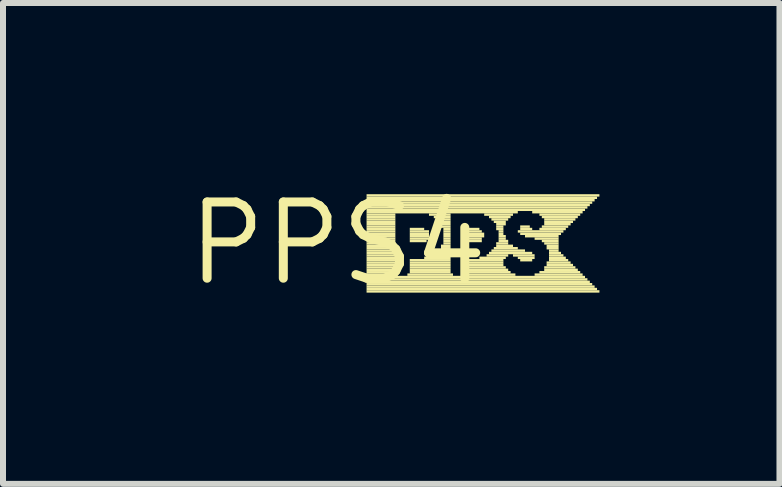
<source format=kicad_pcb>
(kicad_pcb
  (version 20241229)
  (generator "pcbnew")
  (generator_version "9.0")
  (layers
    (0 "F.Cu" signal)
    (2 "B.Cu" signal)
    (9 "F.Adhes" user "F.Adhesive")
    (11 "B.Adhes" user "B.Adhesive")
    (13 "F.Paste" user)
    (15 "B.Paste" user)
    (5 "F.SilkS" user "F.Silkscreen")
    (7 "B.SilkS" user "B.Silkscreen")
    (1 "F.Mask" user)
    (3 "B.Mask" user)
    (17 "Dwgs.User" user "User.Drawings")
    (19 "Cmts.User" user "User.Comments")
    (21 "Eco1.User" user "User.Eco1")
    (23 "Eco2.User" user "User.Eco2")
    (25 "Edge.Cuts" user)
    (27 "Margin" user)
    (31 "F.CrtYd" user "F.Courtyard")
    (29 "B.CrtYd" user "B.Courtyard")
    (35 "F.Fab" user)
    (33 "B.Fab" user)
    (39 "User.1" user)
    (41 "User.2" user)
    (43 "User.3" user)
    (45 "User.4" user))
  (footprint "PPS4"
    (layer "F.Cu")
    (at 2.578 1.006)
    (property "Reference" "PPS4" (at 0 0 0) (layer "F.SilkS") (effects (font (size 1.27 1.27) (thickness 0.15))))
    (attr through_hole)
    (fp_poly (pts (xy 0.48 -0.78) (xy 4.36 -0.78) (xy 4.36 -0.82) (xy 0.48 -0.82)) (stroke (width 0) (type solid)) (fill yes) (layer "F.SilkS"))
    (fp_poly (pts (xy 0.48 -0.74) (xy 4.32 -0.74) (xy 4.32 -0.78) (xy 0.48 -0.78)) (stroke (width 0) (type solid)) (fill yes) (layer "F.SilkS"))
    (fp_poly (pts (xy 0.48 -0.7) (xy 4.28 -0.7) (xy 4.28 -0.74) (xy 0.48 -0.74)) (stroke (width 0) (type solid)) (fill yes) (layer "F.SilkS"))
    (fp_poly (pts (xy 0.48 -0.66) (xy 4.24 -0.66) (xy 4.24 -0.7) (xy 0.48 -0.7)) (stroke (width 0) (type solid)) (fill yes) (layer "F.SilkS"))
    (fp_poly (pts (xy 0.48 -0.62) (xy 4.2 -0.62) (xy 4.2 -0.66) (xy 0.48 -0.66)) (stroke (width 0) (type solid)) (fill yes) (layer "F.SilkS"))
    (fp_poly (pts (xy 0.48 -0.58) (xy 4.16 -0.58) (xy 4.16 -0.62) (xy 0.48 -0.62)) (stroke (width 0) (type solid)) (fill yes) (layer "F.SilkS"))
    (fp_poly (pts (xy 0.48 -0.54) (xy 4.12 -0.54) (xy 4.12 -0.58) (xy 0.48 -0.58)) (stroke (width 0) (type solid)) (fill yes) (layer "F.SilkS"))
    (fp_poly (pts (xy 0.48 -0.5) (xy 3 -0.5) (xy 3 -0.54) (xy 0.48 -0.54)) (stroke (width 0) (type solid)) (fill yes) (layer "F.SilkS"))
    (fp_poly (pts (xy 0.48 -0.46) (xy 0.96 -0.46) (xy 0.96 -0.5) (xy 0.48 -0.5)) (stroke (width 0) (type solid)) (fill yes) (layer "F.SilkS"))
    (fp_poly (pts (xy 0.48 -0.42) (xy 0.96 -0.42) (xy 0.96 -0.46) (xy 0.48 -0.46)) (stroke (width 0) (type solid)) (fill yes) (layer "F.SilkS"))
    (fp_poly (pts (xy 0.48 -0.38) (xy 0.96 -0.38) (xy 0.96 -0.42) (xy 0.48 -0.42)) (stroke (width 0) (type solid)) (fill yes) (layer "F.SilkS"))
    (fp_poly (pts (xy 0.48 -0.34) (xy 0.96 -0.34) (xy 0.96 -0.38) (xy 0.48 -0.38)) (stroke (width 0) (type solid)) (fill yes) (layer "F.SilkS"))
    (fp_poly (pts (xy 0.48 -0.3) (xy 0.96 -0.3) (xy 0.96 -0.34) (xy 0.48 -0.34)) (stroke (width 0) (type solid)) (fill yes) (layer "F.SilkS"))
    (fp_poly (pts (xy 0.48 -0.26) (xy 0.96 -0.26) (xy 0.96 -0.3) (xy 0.48 -0.3)) (stroke (width 0) (type solid)) (fill yes) (layer "F.SilkS"))
    (fp_poly (pts (xy 0.48 -0.22) (xy 0.96 -0.22) (xy 0.96 -0.26) (xy 0.48 -0.26)) (stroke (width 0) (type solid)) (fill yes) (layer "F.SilkS"))
    (fp_poly (pts (xy 0.48 -0.18) (xy 0.96 -0.18) (xy 0.96 -0.22) (xy 0.48 -0.22)) (stroke (width 0) (type solid)) (fill yes) (layer "F.SilkS"))
    (fp_poly (pts (xy 0.48 -0.14) (xy 0.96 -0.14) (xy 0.96 -0.18) (xy 0.48 -0.18)) (stroke (width 0) (type solid)) (fill yes) (layer "F.SilkS"))
    (fp_poly (pts (xy 0.48 -0.1) (xy 0.96 -0.1) (xy 0.96 -0.14) (xy 0.48 -0.14)) (stroke (width 0) (type solid)) (fill yes) (layer "F.SilkS"))
    (fp_poly (pts (xy 0.48 -0.06) (xy 0.96 -0.06) (xy 0.96 -0.1) (xy 0.48 -0.1)) (stroke (width 0) (type solid)) (fill yes) (layer "F.SilkS"))
    (fp_poly (pts (xy 0.48 -0.02) (xy 0.96 -0.02) (xy 0.96 -0.06) (xy 0.48 -0.06)) (stroke (width 0) (type solid)) (fill yes) (layer "F.SilkS"))
    (fp_poly (pts (xy 0.48 0.02) (xy 0.96 0.02) (xy 0.96 -0.02) (xy 0.48 -0.02)) (stroke (width 0) (type solid)) (fill yes) (layer "F.SilkS"))
    (fp_poly (pts (xy 0.48 0.06) (xy 0.96 0.06) (xy 0.96 0.02) (xy 0.48 0.02)) (stroke (width 0) (type solid)) (fill yes) (layer "F.SilkS"))
    (fp_poly (pts (xy 0.48 0.1) (xy 0.96 0.1) (xy 0.96 0.06) (xy 0.48 0.06)) (stroke (width 0) (type solid)) (fill yes) (layer "F.SilkS"))
    (fp_poly (pts (xy 0.48 0.14) (xy 0.96 0.14) (xy 0.96 0.1) (xy 0.48 0.1)) (stroke (width 0) (type solid)) (fill yes) (layer "F.SilkS"))
    (fp_poly (pts (xy 0.48 0.18) (xy 0.96 0.18) (xy 0.96 0.14) (xy 0.48 0.14)) (stroke (width 0) (type solid)) (fill yes) (layer "F.SilkS"))
    (fp_poly (pts (xy 0.48 0.22) (xy 0.96 0.22) (xy 0.96 0.18) (xy 0.48 0.18)) (stroke (width 0) (type solid)) (fill yes) (layer "F.SilkS"))
    (fp_poly (pts (xy 0.48 0.26) (xy 0.96 0.26) (xy 0.96 0.22) (xy 0.48 0.22)) (stroke (width 0) (type solid)) (fill yes) (layer "F.SilkS"))
    (fp_poly (pts (xy 0.48 0.3) (xy 0.96 0.3) (xy 0.96 0.26) (xy 0.48 0.26)) (stroke (width 0) (type solid)) (fill yes) (layer "F.SilkS"))
    (fp_poly (pts (xy 0.48 0.34) (xy 0.96 0.34) (xy 0.96 0.3) (xy 0.48 0.3)) (stroke (width 0) (type solid)) (fill yes) (layer "F.SilkS"))
    (fp_poly (pts (xy 0.48 0.38) (xy 0.96 0.38) (xy 0.96 0.34) (xy 0.48 0.34)) (stroke (width 0) (type solid)) (fill yes) (layer "F.SilkS"))
    (fp_poly (pts (xy 0.48 0.42) (xy 0.96 0.42) (xy 0.96 0.38) (xy 0.48 0.38)) (stroke (width 0) (type solid)) (fill yes) (layer "F.SilkS"))
    (fp_poly (pts (xy 0.48 0.46) (xy 0.96 0.46) (xy 0.96 0.42) (xy 0.48 0.42)) (stroke (width 0) (type solid)) (fill yes) (layer "F.SilkS"))
    (fp_poly (pts (xy 0.48 0.5) (xy 0.96 0.5) (xy 0.96 0.46) (xy 0.48 0.46)) (stroke (width 0) (type solid)) (fill yes) (layer "F.SilkS"))
    (fp_poly (pts (xy 0.48 0.54) (xy 1 0.54) (xy 1 0.5) (xy 0.48 0.5)) (stroke (width 0) (type solid)) (fill yes) (layer "F.SilkS"))
    (fp_poly (pts (xy 0.48 0.58) (xy 4.12 0.58) (xy 4.12 0.54) (xy 0.48 0.54)) (stroke (width 0) (type solid)) (fill yes) (layer "F.SilkS"))
    (fp_poly (pts (xy 0.48 0.62) (xy 4.16 0.62) (xy 4.16 0.58) (xy 0.48 0.58)) (stroke (width 0) (type solid)) (fill yes) (layer "F.SilkS"))
    (fp_poly (pts (xy 0.48 0.66) (xy 4.2 0.66) (xy 4.2 0.62) (xy 0.48 0.62)) (stroke (width 0) (type solid)) (fill yes) (layer "F.SilkS"))
    (fp_poly (pts (xy 0.48 0.7) (xy 4.24 0.7) (xy 4.24 0.66) (xy 0.48 0.66)) (stroke (width 0) (type solid)) (fill yes) (layer "F.SilkS"))
    (fp_poly (pts (xy 0.48 0.74) (xy 4.28 0.74) (xy 4.28 0.7) (xy 0.48 0.7)) (stroke (width 0) (type solid)) (fill yes) (layer "F.SilkS"))
    (fp_poly (pts (xy 0.48 0.78) (xy 4.32 0.78) (xy 4.32 0.74) (xy 0.48 0.74)) (stroke (width 0) (type solid)) (fill yes) (layer "F.SilkS"))
    (fp_poly (pts (xy 0.48 0.82) (xy 4.36 0.82) (xy 4.36 0.78) (xy 0.48 0.78)) (stroke (width 0) (type solid)) (fill yes) (layer "F.SilkS"))
    (fp_poly (pts (xy 1.16 0.54) (xy 1.92 0.54) (xy 1.92 0.5) (xy 1.16 0.5)) (stroke (width 0) (type solid)) (fill yes) (layer "F.SilkS"))
    (fp_poly (pts (xy 1.2 -0.22) (xy 1.44 -0.22) (xy 1.44 -0.26) (xy 1.2 -0.26)) (stroke (width 0) (type solid)) (fill yes) (layer "F.SilkS"))
    (fp_poly (pts (xy 1.2 -0.18) (xy 1.52 -0.18) (xy 1.52 -0.22) (xy 1.2 -0.22)) (stroke (width 0) (type solid)) (fill yes) (layer "F.SilkS"))
    (fp_poly (pts (xy 1.2 -0.14) (xy 1.52 -0.14) (xy 1.52 -0.18) (xy 1.2 -0.18)) (stroke (width 0) (type solid)) (fill yes) (layer "F.SilkS"))
    (fp_poly (pts (xy 1.2 -0.1) (xy 1.52 -0.1) (xy 1.52 -0.14) (xy 1.2 -0.14)) (stroke (width 0) (type solid)) (fill yes) (layer "F.SilkS"))
    (fp_poly (pts (xy 1.2 -0.06) (xy 1.52 -0.06) (xy 1.52 -0.1) (xy 1.2 -0.1)) (stroke (width 0) (type solid)) (fill yes) (layer "F.SilkS"))
    (fp_poly (pts (xy 1.2 -0.02) (xy 1.48 -0.02) (xy 1.48 -0.06) (xy 1.2 -0.06)) (stroke (width 0) (type solid)) (fill yes) (layer "F.SilkS"))
    (fp_poly (pts (xy 1.2 0.3) (xy 1.88 0.3) (xy 1.88 0.26) (xy 1.2 0.26)) (stroke (width 0) (type solid)) (fill yes) (layer "F.SilkS"))
    (fp_poly (pts (xy 1.2 0.34) (xy 1.88 0.34) (xy 1.88 0.3) (xy 1.2 0.3)) (stroke (width 0) (type solid)) (fill yes) (layer "F.SilkS"))
    (fp_poly (pts (xy 1.2 0.38) (xy 1.88 0.38) (xy 1.88 0.34) (xy 1.2 0.34)) (stroke (width 0) (type solid)) (fill yes) (layer "F.SilkS"))
    (fp_poly (pts (xy 1.2 0.42) (xy 1.88 0.42) (xy 1.88 0.38) (xy 1.2 0.38)) (stroke (width 0) (type solid)) (fill yes) (layer "F.SilkS"))
    (fp_poly (pts (xy 1.2 0.46) (xy 1.88 0.46) (xy 1.88 0.42) (xy 1.2 0.42)) (stroke (width 0) (type solid)) (fill yes) (layer "F.SilkS"))
    (fp_poly (pts (xy 1.2 0.5) (xy 1.88 0.5) (xy 1.88 0.46) (xy 1.2 0.46)) (stroke (width 0) (type solid)) (fill yes) (layer "F.SilkS"))
    (fp_poly (pts (xy 1.44 0.26) (xy 1.88 0.26) (xy 1.88 0.22) (xy 1.44 0.22)) (stroke (width 0) (type solid)) (fill yes) (layer "F.SilkS"))
    (fp_poly (pts (xy 1.52 -0.46) (xy 1.88 -0.46) (xy 1.88 -0.5) (xy 1.52 -0.5)) (stroke (width 0) (type solid)) (fill yes) (layer "F.SilkS"))
    (fp_poly (pts (xy 1.56 0.22) (xy 1.88 0.22) (xy 1.88 0.18) (xy 1.56 0.18)) (stroke (width 0) (type solid)) (fill yes) (layer "F.SilkS"))
    (fp_poly (pts (xy 1.6 -0.42) (xy 1.88 -0.42) (xy 1.88 -0.46) (xy 1.6 -0.46)) (stroke (width 0) (type solid)) (fill yes) (layer "F.SilkS"))
    (fp_poly (pts (xy 1.64 -0.38) (xy 1.88 -0.38) (xy 1.88 -0.42) (xy 1.64 -0.42)) (stroke (width 0) (type solid)) (fill yes) (layer "F.SilkS"))
    (fp_poly (pts (xy 1.64 0.18) (xy 1.88 0.18) (xy 1.88 0.14) (xy 1.64 0.14)) (stroke (width 0) (type solid)) (fill yes) (layer "F.SilkS"))
    (fp_poly (pts (xy 1.68 -0.34) (xy 1.88 -0.34) (xy 1.88 -0.38) (xy 1.68 -0.38)) (stroke (width 0) (type solid)) (fill yes) (layer "F.SilkS"))
    (fp_poly (pts (xy 1.68 0.14) (xy 1.88 0.14) (xy 1.88 0.1) (xy 1.68 0.1)) (stroke (width 0) (type solid)) (fill yes) (layer "F.SilkS"))
    (fp_poly (pts (xy 1.72 -0.3) (xy 1.88 -0.3) (xy 1.88 -0.34) (xy 1.72 -0.34)) (stroke (width 0) (type solid)) (fill yes) (layer "F.SilkS"))
    (fp_poly (pts (xy 1.72 -0.26) (xy 1.88 -0.26) (xy 1.88 -0.3) (xy 1.72 -0.3)) (stroke (width 0) (type solid)) (fill yes) (layer "F.SilkS"))
    (fp_poly (pts (xy 1.72 0.06) (xy 1.88 0.06) (xy 1.88 0.02) (xy 1.72 0.02)) (stroke (width 0) (type solid)) (fill yes) (layer "F.SilkS"))
    (fp_poly (pts (xy 1.72 0.1) (xy 1.88 0.1) (xy 1.88 0.06) (xy 1.72 0.06)) (stroke (width 0) (type solid)) (fill yes) (layer "F.SilkS"))
    (fp_poly (pts (xy 1.76 -0.22) (xy 1.88 -0.22) (xy 1.88 -0.26) (xy 1.76 -0.26)) (stroke (width 0) (type solid)) (fill yes) (layer "F.SilkS"))
    (fp_poly (pts (xy 1.76 -0.18) (xy 1.88 -0.18) (xy 1.88 -0.22) (xy 1.76 -0.22)) (stroke (width 0) (type solid)) (fill yes) (layer "F.SilkS"))
    (fp_poly (pts (xy 1.76 -0.14) (xy 1.88 -0.14) (xy 1.88 -0.18) (xy 1.76 -0.18)) (stroke (width 0) (type solid)) (fill yes) (layer "F.SilkS"))
    (fp_poly (pts (xy 1.76 -0.1) (xy 1.88 -0.1) (xy 1.88 -0.14) (xy 1.76 -0.14)) (stroke (width 0) (type solid)) (fill yes) (layer "F.SilkS"))
    (fp_poly (pts (xy 1.76 -0.06) (xy 1.88 -0.06) (xy 1.88 -0.1) (xy 1.76 -0.1)) (stroke (width 0) (type solid)) (fill yes) (layer "F.SilkS"))
    (fp_poly (pts (xy 1.76 -0.02) (xy 1.88 -0.02) (xy 1.88 -0.06) (xy 1.76 -0.06)) (stroke (width 0) (type solid)) (fill yes) (layer "F.SilkS"))
    (fp_poly (pts (xy 1.76 0.02) (xy 1.88 0.02) (xy 1.88 -0.02) (xy 1.76 -0.02)) (stroke (width 0) (type solid)) (fill yes) (layer "F.SilkS"))
    (fp_poly (pts (xy 2.08 0.54) (xy 2.96 0.54) (xy 2.96 0.5) (xy 2.08 0.5)) (stroke (width 0) (type solid)) (fill yes) (layer "F.SilkS"))
    (fp_poly (pts (xy 2.12 -0.22) (xy 2.36 -0.22) (xy 2.36 -0.26) (xy 2.12 -0.26)) (stroke (width 0) (type solid)) (fill yes) (layer "F.SilkS"))
    (fp_poly (pts (xy 2.12 -0.18) (xy 2.4 -0.18) (xy 2.4 -0.22) (xy 2.12 -0.22)) (stroke (width 0) (type solid)) (fill yes) (layer "F.SilkS"))
    (fp_poly (pts (xy 2.12 -0.14) (xy 2.44 -0.14) (xy 2.44 -0.18) (xy 2.12 -0.18)) (stroke (width 0) (type solid)) (fill yes) (layer "F.SilkS"))
    (fp_poly (pts (xy 2.12 -0.1) (xy 2.44 -0.1) (xy 2.44 -0.14) (xy 2.12 -0.14)) (stroke (width 0) (type solid)) (fill yes) (layer "F.SilkS"))
    (fp_poly (pts (xy 2.12 -0.06) (xy 2.4 -0.06) (xy 2.4 -0.1) (xy 2.12 -0.1)) (stroke (width 0) (type solid)) (fill yes) (layer "F.SilkS"))
    (fp_poly (pts (xy 2.12 -0.02) (xy 2.4 -0.02) (xy 2.4 -0.06) (xy 2.12 -0.06)) (stroke (width 0) (type solid)) (fill yes) (layer "F.SilkS"))
    (fp_poly (pts (xy 2.12 0.3) (xy 2.76 0.3) (xy 2.76 0.26) (xy 2.12 0.26)) (stroke (width 0) (type solid)) (fill yes) (layer "F.SilkS"))
    (fp_poly (pts (xy 2.12 0.34) (xy 2.76 0.34) (xy 2.76 0.3) (xy 2.12 0.3)) (stroke (width 0) (type solid)) (fill yes) (layer "F.SilkS"))
    (fp_poly (pts (xy 2.12 0.38) (xy 2.76 0.38) (xy 2.76 0.34) (xy 2.12 0.34)) (stroke (width 0) (type solid)) (fill yes) (layer "F.SilkS"))
    (fp_poly (pts (xy 2.12 0.42) (xy 2.8 0.42) (xy 2.8 0.38) (xy 2.12 0.38)) (stroke (width 0) (type solid)) (fill yes) (layer "F.SilkS"))
    (fp_poly (pts (xy 2.12 0.46) (xy 2.84 0.46) (xy 2.84 0.42) (xy 2.12 0.42)) (stroke (width 0) (type solid)) (fill yes) (layer "F.SilkS"))
    (fp_poly (pts (xy 2.12 0.5) (xy 2.88 0.5) (xy 2.88 0.46) (xy 2.12 0.46)) (stroke (width 0) (type solid)) (fill yes) (layer "F.SilkS"))
    (fp_poly (pts (xy 2.36 0.26) (xy 2.8 0.26) (xy 2.8 0.22) (xy 2.36 0.22)) (stroke (width 0) (type solid)) (fill yes) (layer "F.SilkS"))
    (fp_poly (pts (xy 2.44 -0.46) (xy 2.92 -0.46) (xy 2.92 -0.5) (xy 2.44 -0.5)) (stroke (width 0) (type solid)) (fill yes) (layer "F.SilkS"))
    (fp_poly (pts (xy 2.48 0.22) (xy 2.84 0.22) (xy 2.84 0.18) (xy 2.48 0.18)) (stroke (width 0) (type solid)) (fill yes) (layer "F.SilkS"))
    (fp_poly (pts (xy 2.52 -0.42) (xy 2.88 -0.42) (xy 2.88 -0.46) (xy 2.52 -0.46)) (stroke (width 0) (type solid)) (fill yes) (layer "F.SilkS"))
    (fp_poly (pts (xy 2.52 0.18) (xy 3.24 0.18) (xy 3.24 0.14) (xy 2.52 0.14)) (stroke (width 0) (type solid)) (fill yes) (layer "F.SilkS"))
    (fp_poly (pts (xy 2.56 -0.38) (xy 2.84 -0.38) (xy 2.84 -0.42) (xy 2.56 -0.42)) (stroke (width 0) (type solid)) (fill yes) (layer "F.SilkS"))
    (fp_poly (pts (xy 2.56 0.14) (xy 3.12 0.14) (xy 3.12 0.1) (xy 2.56 0.1)) (stroke (width 0) (type solid)) (fill yes) (layer "F.SilkS"))
    (fp_poly (pts (xy 2.6 -0.34) (xy 2.8 -0.34) (xy 2.8 -0.38) (xy 2.6 -0.38)) (stroke (width 0) (type solid)) (fill yes) (layer "F.SilkS"))
    (fp_poly (pts (xy 2.6 0.1) (xy 3 0.1) (xy 3 0.06) (xy 2.6 0.06)) (stroke (width 0) (type solid)) (fill yes) (layer "F.SilkS"))
    (fp_poly (pts (xy 2.64 -0.3) (xy 2.8 -0.3) (xy 2.8 -0.34) (xy 2.64 -0.34)) (stroke (width 0) (type solid)) (fill yes) (layer "F.SilkS"))
    (fp_poly (pts (xy 2.64 -0.26) (xy 2.76 -0.26) (xy 2.76 -0.3) (xy 2.64 -0.3)) (stroke (width 0) (type solid)) (fill yes) (layer "F.SilkS"))
    (fp_poly (pts (xy 2.64 -0.22) (xy 2.76 -0.22) (xy 2.76 -0.26) (xy 2.64 -0.26)) (stroke (width 0) (type solid)) (fill yes) (layer "F.SilkS"))
    (fp_poly (pts (xy 2.64 0.02) (xy 2.84 0.02) (xy 2.84 -0.02) (xy 2.64 -0.02)) (stroke (width 0) (type solid)) (fill yes) (layer "F.SilkS"))
    (fp_poly (pts (xy 2.64 0.06) (xy 2.92 0.06) (xy 2.92 0.02) (xy 2.64 0.02)) (stroke (width 0) (type solid)) (fill yes) (layer "F.SilkS"))
    (fp_poly (pts (xy 2.68 -0.18) (xy 2.76 -0.18) (xy 2.76 -0.22) (xy 2.68 -0.22)) (stroke (width 0) (type solid)) (fill yes) (layer "F.SilkS"))
    (fp_poly (pts (xy 2.68 -0.14) (xy 2.76 -0.14) (xy 2.76 -0.18) (xy 2.68 -0.18)) (stroke (width 0) (type solid)) (fill yes) (layer "F.SilkS"))
    (fp_poly (pts (xy 2.68 -0.1) (xy 2.8 -0.1) (xy 2.8 -0.14) (xy 2.68 -0.14)) (stroke (width 0) (type solid)) (fill yes) (layer "F.SilkS"))
    (fp_poly (pts (xy 2.68 -0.06) (xy 2.8 -0.06) (xy 2.8 -0.1) (xy 2.68 -0.1)) (stroke (width 0) (type solid)) (fill yes) (layer "F.SilkS"))
    (fp_poly (pts (xy 2.68 -0.02) (xy 2.84 -0.02) (xy 2.84 -0.06) (xy 2.68 -0.06)) (stroke (width 0) (type solid)) (fill yes) (layer "F.SilkS"))
    (fp_poly (pts (xy 2.92 0.22) (xy 3.28 0.22) (xy 3.28 0.18) (xy 2.92 0.18)) (stroke (width 0) (type solid)) (fill yes) (layer "F.SilkS"))
    (fp_poly (pts (xy 3 -0.18) (xy 3.76 -0.18) (xy 3.76 -0.22) (xy 3 -0.22)) (stroke (width 0) (type solid)) (fill yes) (layer "F.SilkS"))
    (fp_poly (pts (xy 3 0.26) (xy 3.28 0.26) (xy 3.28 0.22) (xy 3 0.22)) (stroke (width 0) (type solid)) (fill yes) (layer "F.SilkS"))
    (fp_poly (pts (xy 3.04 -0.26) (xy 3.2 -0.26) (xy 3.2 -0.3) (xy 3.04 -0.3)) (stroke (width 0) (type solid)) (fill yes) (layer "F.SilkS"))
    (fp_poly (pts (xy 3.04 -0.22) (xy 3.24 -0.22) (xy 3.24 -0.26) (xy 3.04 -0.26)) (stroke (width 0) (type solid)) (fill yes) (layer "F.SilkS"))
    (fp_poly (pts (xy 3.04 -0.14) (xy 3.72 -0.14) (xy 3.72 -0.18) (xy 3.04 -0.18)) (stroke (width 0) (type solid)) (fill yes) (layer "F.SilkS"))
    (fp_poly (pts (xy 3.04 0.3) (xy 3.24 0.3) (xy 3.24 0.26) (xy 3.04 0.26)) (stroke (width 0) (type solid)) (fill yes) (layer "F.SilkS"))
    (fp_poly (pts (xy 3.12 -0.1) (xy 3.68 -0.1) (xy 3.68 -0.14) (xy 3.12 -0.14)) (stroke (width 0) (type solid)) (fill yes) (layer "F.SilkS"))
    (fp_poly (pts (xy 3.24 -0.5) (xy 4.08 -0.5) (xy 4.08 -0.54) (xy 3.24 -0.54)) (stroke (width 0) (type solid)) (fill yes) (layer "F.SilkS"))
    (fp_poly (pts (xy 3.28 -0.06) (xy 3.68 -0.06) (xy 3.68 -0.1) (xy 3.28 -0.1)) (stroke (width 0) (type solid)) (fill yes) (layer "F.SilkS"))
    (fp_poly (pts (xy 3.28 0.54) (xy 4.08 0.54) (xy 4.08 0.5) (xy 3.28 0.5)) (stroke (width 0) (type solid)) (fill yes) (layer "F.SilkS"))
    (fp_poly (pts (xy 3.36 -0.46) (xy 4.04 -0.46) (xy 4.04 -0.5) (xy 3.36 -0.5)) (stroke (width 0) (type solid)) (fill yes) (layer "F.SilkS"))
    (fp_poly (pts (xy 3.36 -0.22) (xy 3.8 -0.22) (xy 3.8 -0.26) (xy 3.36 -0.26)) (stroke (width 0) (type solid)) (fill yes) (layer "F.SilkS"))
    (fp_poly (pts (xy 3.36 0.5) (xy 4.04 0.5) (xy 4.04 0.46) (xy 3.36 0.46)) (stroke (width 0) (type solid)) (fill yes) (layer "F.SilkS"))
    (fp_poly (pts (xy 3.4 -0.42) (xy 4 -0.42) (xy 4 -0.46) (xy 3.4 -0.46)) (stroke (width 0) (type solid)) (fill yes) (layer "F.SilkS"))
    (fp_poly (pts (xy 3.4 -0.26) (xy 3.84 -0.26) (xy 3.84 -0.3) (xy 3.4 -0.3)) (stroke (width 0) (type solid)) (fill yes) (layer "F.SilkS"))
    (fp_poly (pts (xy 3.4 -0.02) (xy 3.68 -0.02) (xy 3.68 -0.06) (xy 3.4 -0.06)) (stroke (width 0) (type solid)) (fill yes) (layer "F.SilkS"))
    (fp_poly (pts (xy 3.44 -0.38) (xy 3.96 -0.38) (xy 3.96 -0.42) (xy 3.44 -0.42)) (stroke (width 0) (type solid)) (fill yes) (layer "F.SilkS"))
    (fp_poly (pts (xy 3.44 -0.34) (xy 3.92 -0.34) (xy 3.92 -0.38) (xy 3.44 -0.38)) (stroke (width 0) (type solid)) (fill yes) (layer "F.SilkS"))
    (fp_poly (pts (xy 3.44 -0.3) (xy 3.88 -0.3) (xy 3.88 -0.34) (xy 3.44 -0.34)) (stroke (width 0) (type solid)) (fill yes) (layer "F.SilkS"))
    (fp_poly (pts (xy 3.44 0.02) (xy 3.68 0.02) (xy 3.68 -0.02) (xy 3.44 -0.02)) (stroke (width 0) (type solid)) (fill yes) (layer "F.SilkS"))
    (fp_poly (pts (xy 3.44 0.42) (xy 3.96 0.42) (xy 3.96 0.38) (xy 3.44 0.38)) (stroke (width 0) (type solid)) (fill yes) (layer "F.SilkS"))
    (fp_poly (pts (xy 3.44 0.46) (xy 4 0.46) (xy 4 0.42) (xy 3.44 0.42)) (stroke (width 0) (type solid)) (fill yes) (layer "F.SilkS"))
    (fp_poly (pts (xy 3.48 0.06) (xy 3.68 0.06) (xy 3.68 0.02) (xy 3.48 0.02)) (stroke (width 0) (type solid)) (fill yes) (layer "F.SilkS"))
    (fp_poly (pts (xy 3.48 0.1) (xy 3.68 0.1) (xy 3.68 0.06) (xy 3.48 0.06)) (stroke (width 0) (type solid)) (fill yes) (layer "F.SilkS"))
    (fp_poly (pts (xy 3.48 0.34) (xy 3.88 0.34) (xy 3.88 0.3) (xy 3.48 0.3)) (stroke (width 0) (type solid)) (fill yes) (layer "F.SilkS"))
    (fp_poly (pts (xy 3.48 0.38) (xy 3.92 0.38) (xy 3.92 0.34) (xy 3.48 0.34)) (stroke (width 0) (type solid)) (fill yes) (layer "F.SilkS"))
    (fp_poly (pts (xy 3.52 0.14) (xy 3.68 0.14) (xy 3.68 0.1) (xy 3.52 0.1)) (stroke (width 0) (type solid)) (fill yes) (layer "F.SilkS"))
    (fp_poly (pts (xy 3.52 0.18) (xy 3.72 0.18) (xy 3.72 0.14) (xy 3.52 0.14)) (stroke (width 0) (type solid)) (fill yes) (layer "F.SilkS"))
    (fp_poly (pts (xy 3.52 0.22) (xy 3.76 0.22) (xy 3.76 0.18) (xy 3.52 0.18)) (stroke (width 0) (type solid)) (fill yes) (layer "F.SilkS"))
    (fp_poly (pts (xy 3.52 0.26) (xy 3.8 0.26) (xy 3.8 0.22) (xy 3.52 0.22)) (stroke (width 0) (type solid)) (fill yes) (layer "F.SilkS"))
    (fp_poly (pts (xy 3.52 0.3) (xy 3.84 0.3) (xy 3.84 0.26) (xy 3.52 0.26)) (stroke (width 0) (type solid)) (fill yes) (layer "F.SilkS")))
  (gr_rect
    (start -3 -3)
    (end 9.938 5.012)
    (stroke (width 0.1) (type default))
    (fill no)
    (layer "Edge.Cuts")))
</source>
